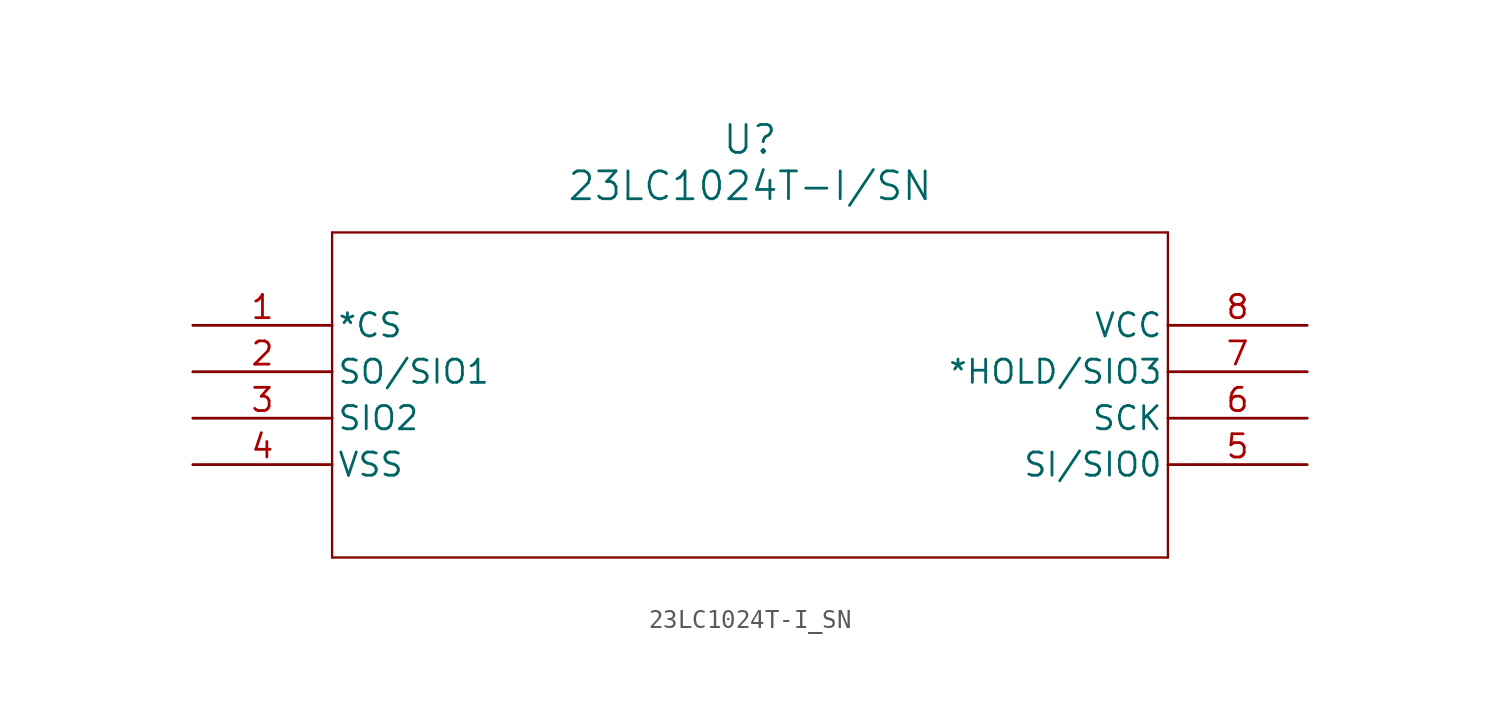
<source format=kicad_sym>
(kicad_symbol_lib
  (version 20211014)
  (generator kicad_symbol_editor)
  (symbol "23LC1024T-I_SN"
    (pin_names
      (offset 0.254))
    (property "Reference" "U"
      (at 30.48 10.16 0)
      (effects (font (size 1.524 1.524))))
    (property "Value" "23LC1024T-I/SN"
      (at 30.48 7.62 0)
      (effects (font (size 1.524 1.524))))
    (symbol "23LC1024T-I_SN_0_1"
      (polyline (pts (xy 7.62 5.08) (xy 7.62 -12.7)) (stroke (width 0.127) (type default) (color 0 0 0 0)) (fill (type none)))
      (polyline (pts (xy 7.62 -12.7) (xy 53.34 -12.7)) (stroke (width 0.127) (type default) (color 0 0 0 0)) (fill (type none)))
      (polyline (pts (xy 53.34 -12.7) (xy 53.34 5.08)) (stroke (width 0.127) (type default) (color 0 0 0 0)) (fill (type none)))
      (polyline (pts (xy 53.34 5.08) (xy 7.62 5.08)) (stroke (width 0.127) (type default) (color 0 0 0 0)) (fill (type none)))
      (pin input line (at 0 0 0) (length 7.62) (name "*CS" (effects (font (size 1.27 1.27)))) (number "1" (effects (font (size 1.27 1.27)))))
      (pin bidirectional line (at 0 -2.54 0) (length 7.62) (name "SO/SIO1" (effects (font (size 1.27 1.27)))) (number "2" (effects (font (size 1.27 1.27)))))
      (pin bidirectional line (at 0 -5.08 0) (length 7.62) (name "SIO2" (effects (font (size 1.27 1.27)))) (number "3" (effects (font (size 1.27 1.27)))))
      (pin power_in line (at 0 -7.62 0) (length 7.62) (name "VSS" (effects (font (size 1.27 1.27)))) (number "4" (effects (font (size 1.27 1.27)))))
      (pin bidirectional line (at 60.96 -7.62 180) (length 7.62) (name "SI/SIO0" (effects (font (size 1.27 1.27)))) (number "5" (effects (font (size 1.27 1.27)))))
      (pin input line (at 60.96 -5.08 180) (length 7.62) (name "SCK" (effects (font (size 1.27 1.27)))) (number "6" (effects (font (size 1.27 1.27)))))
      (pin bidirectional line (at 60.96 -2.54 180) (length 7.62) (name "*HOLD/SIO3" (effects (font (size 1.27 1.27)))) (number "7" (effects (font (size 1.27 1.27)))))
      (pin power_in line (at 60.96 0 180) (length 7.62) (name "VCC" (effects (font (size 1.27 1.27)))) (number "8" (effects (font (size 1.27 1.27))))))))
</source>
